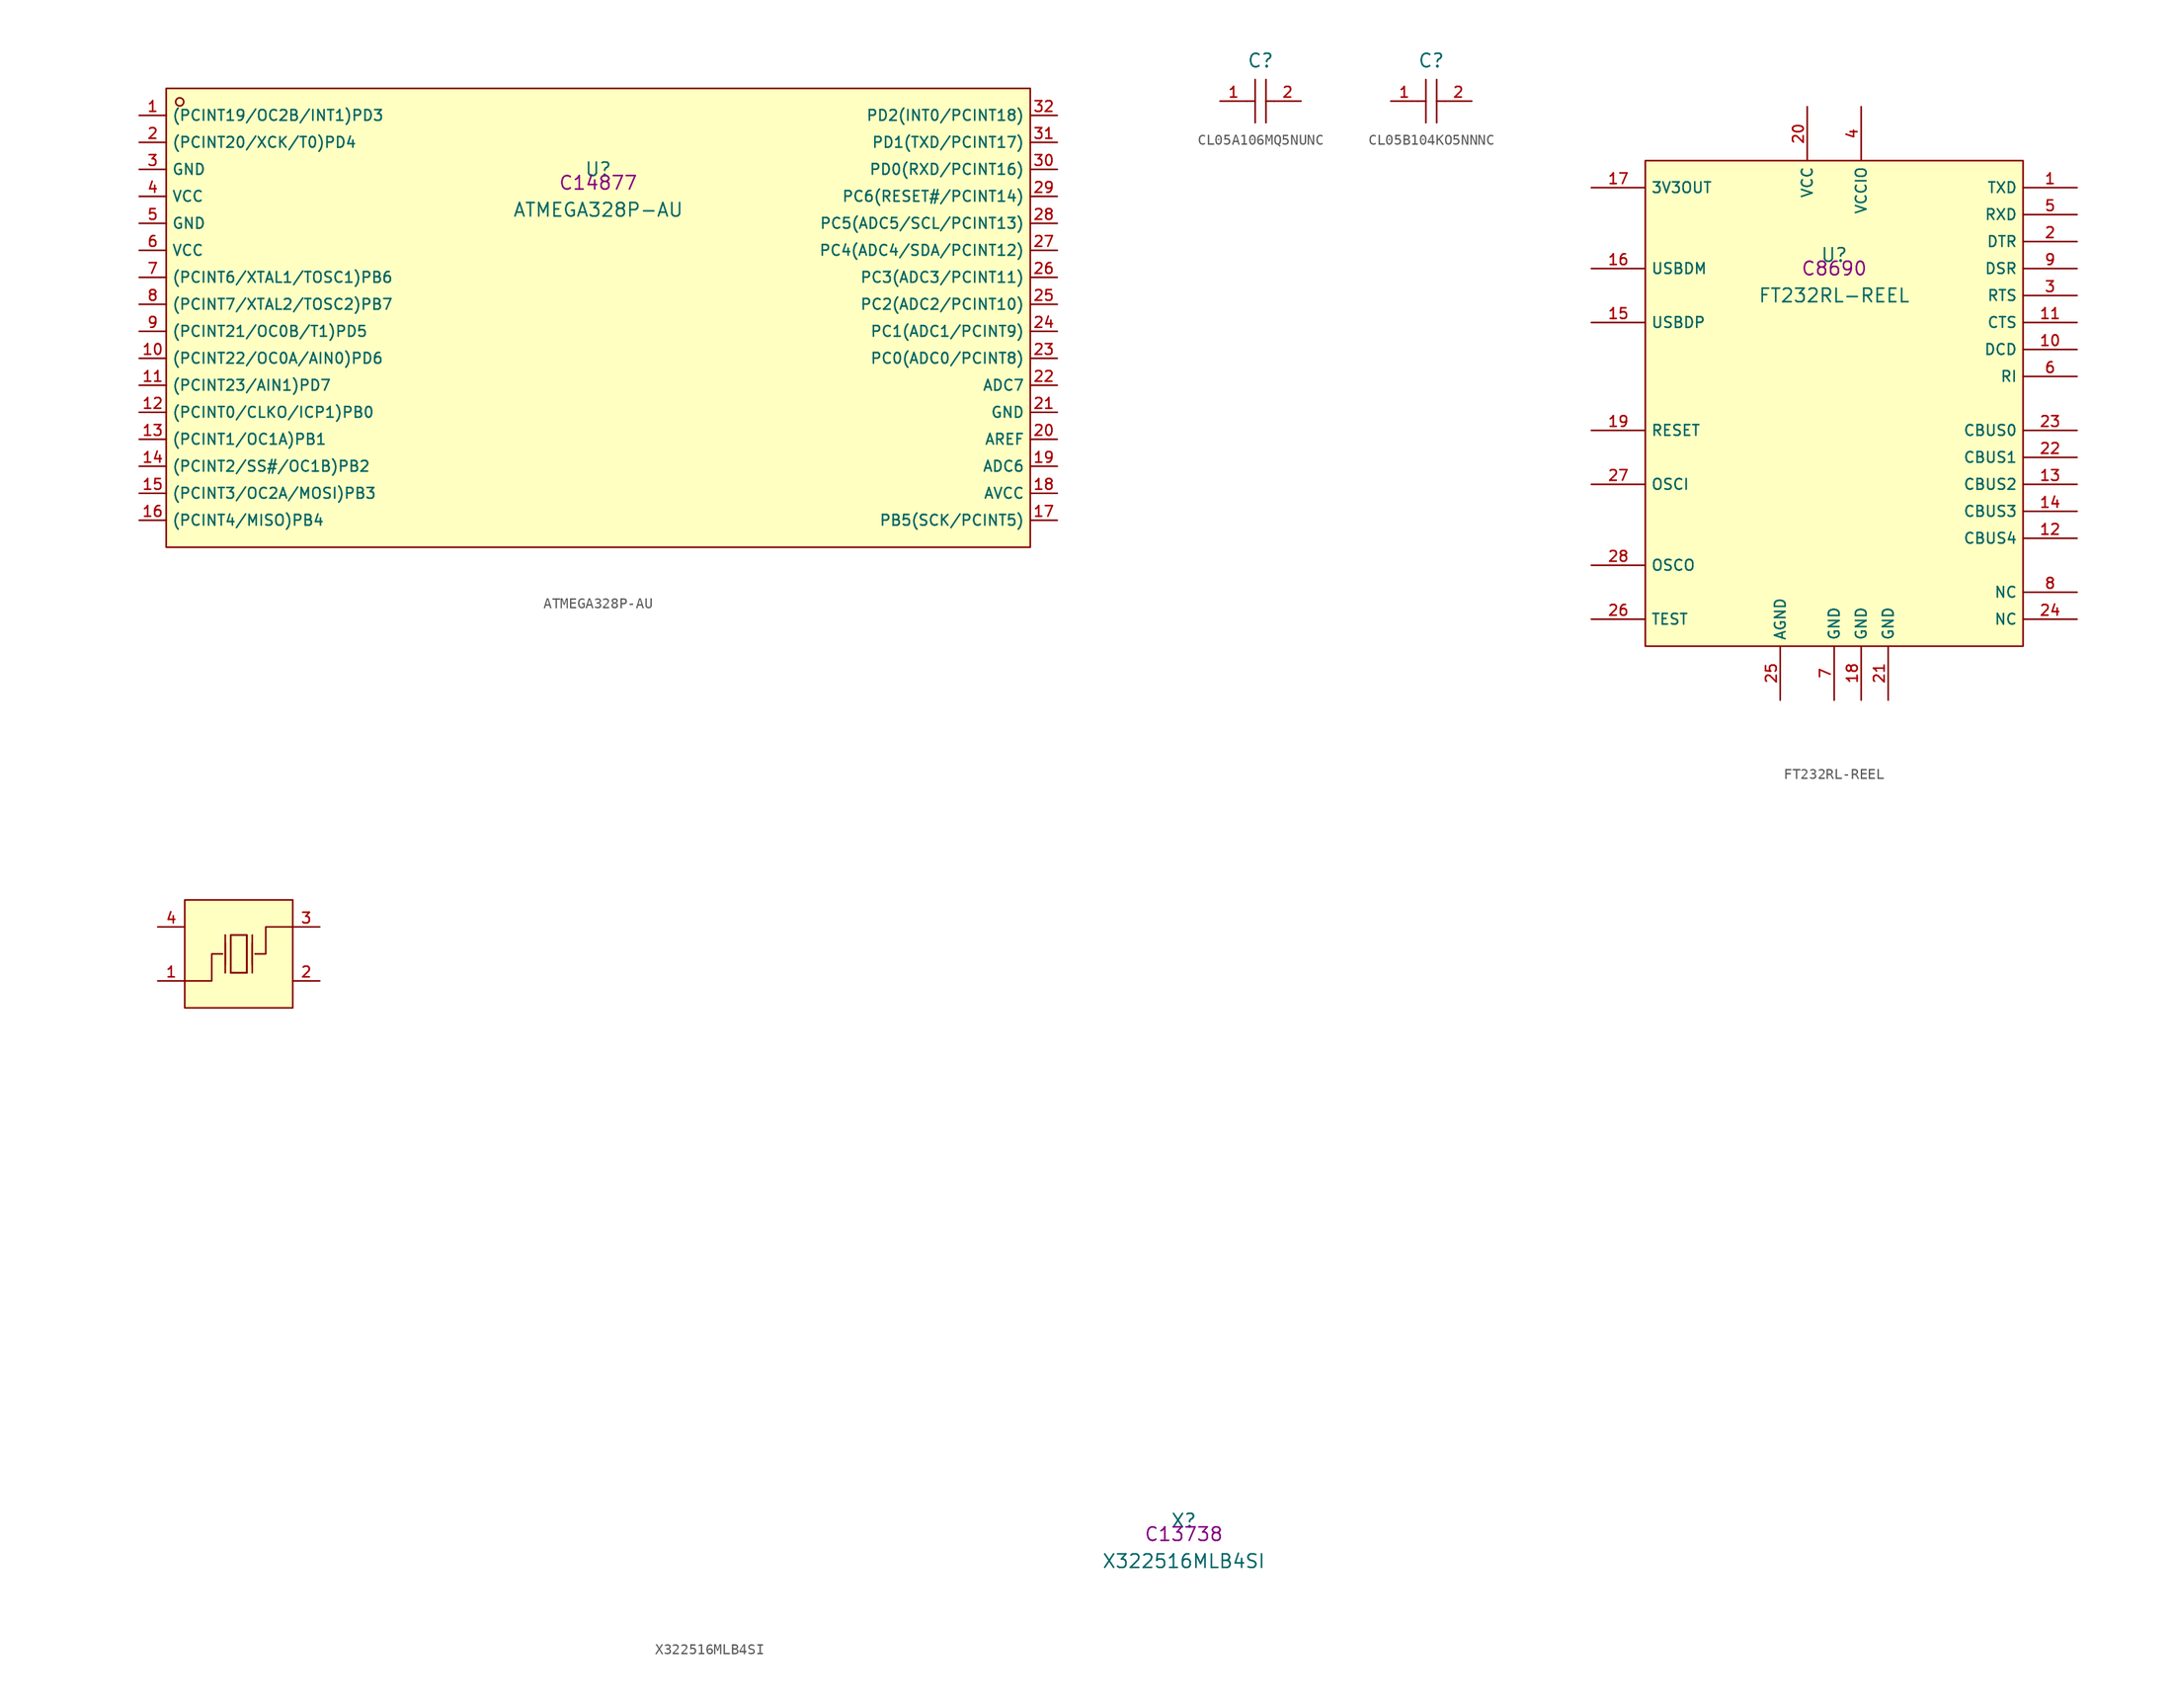
<source format=kicad_sym>
(kicad_symbol_lib
  (version 20211014)
  (generator kicad_symbol_editor)
  (symbol "ATMEGA328P-AU"
    (property "Reference" "U"
      (at 0 1.27 0)
      (effects (font (size 1.27 1.27))))
    (property "Value" "ATMEGA328P-AU"
      (at 0 -2.54 0)
      (effects (font (size 1.27 1.27))))
    (property "LCSC" "C14877"
      (at 0 0 0)
      (effects (font (size 1.27 1.27))))
    (symbol "ATMEGA328P-AU_0_0"
      (rectangle (start -40.64 8.89) (end 40.64 -34.29) (stroke (width 0) (type default) (color 0 0 0 0)) (fill (type background)))
      (circle (center -39.37 7.62) (radius 0.381) (stroke (width 0) (type default) (color 0 0 0 0)) (fill (type background)))
      (pin unspecified line (at -43.18 6.35 0) (length 2.54) (name "(PCINT19/OC2B/INT1)PD3" (effects (font (size 1 1)))) (number "1" (effects (font (size 1 1)))))
      (pin unspecified line (at -43.18 -16.51 0) (length 2.54) (name "(PCINT22/OC0A/AIN0)PD6" (effects (font (size 1 1)))) (number "10" (effects (font (size 1 1)))))
      (pin unspecified line (at -43.18 -19.05 0) (length 2.54) (name "(PCINT23/AIN1)PD7" (effects (font (size 1 1)))) (number "11" (effects (font (size 1 1)))))
      (pin unspecified line (at -43.18 -21.59 0) (length 2.54) (name "(PCINT0/CLKO/ICP1)PB0" (effects (font (size 1 1)))) (number "12" (effects (font (size 1 1)))))
      (pin unspecified line (at -43.18 -24.13 0) (length 2.54) (name "(PCINT1/OC1A)PB1" (effects (font (size 1 1)))) (number "13" (effects (font (size 1 1)))))
      (pin unspecified line (at -43.18 -26.67 0) (length 2.54) (name "(PCINT2/SS#/OC1B)PB2" (effects (font (size 1 1)))) (number "14" (effects (font (size 1 1)))))
      (pin unspecified line (at -43.18 -29.21 0) (length 2.54) (name "(PCINT3/OC2A/MOSI)PB3" (effects (font (size 1 1)))) (number "15" (effects (font (size 1 1)))))
      (pin unspecified line (at -43.18 -31.75 0) (length 2.54) (name "(PCINT4/MISO)PB4" (effects (font (size 1 1)))) (number "16" (effects (font (size 1 1)))))
      (pin unspecified line (at 43.18 -31.75 180) (length 2.54) (name "PB5(SCK/PCINT5)" (effects (font (size 1 1)))) (number "17" (effects (font (size 1 1)))))
      (pin unspecified line (at 43.18 -29.21 180) (length 2.54) (name "AVCC" (effects (font (size 1 1)))) (number "18" (effects (font (size 1 1)))))
      (pin unspecified line (at 43.18 -26.67 180) (length 2.54) (name "ADC6" (effects (font (size 1 1)))) (number "19" (effects (font (size 1 1)))))
      (pin unspecified line (at -43.18 3.81 0) (length 2.54) (name "(PCINT20/XCK/T0)PD4" (effects (font (size 1 1)))) (number "2" (effects (font (size 1 1)))))
      (pin unspecified line (at 43.18 -24.13 180) (length 2.54) (name "AREF" (effects (font (size 1 1)))) (number "20" (effects (font (size 1 1)))))
      (pin unspecified line (at 43.18 -21.59 180) (length 2.54) (name "GND" (effects (font (size 1 1)))) (number "21" (effects (font (size 1 1)))))
      (pin unspecified line (at 43.18 -19.05 180) (length 2.54) (name "ADC7" (effects (font (size 1 1)))) (number "22" (effects (font (size 1 1)))))
      (pin unspecified line (at 43.18 -16.51 180) (length 2.54) (name "PC0(ADC0/PCINT8)" (effects (font (size 1 1)))) (number "23" (effects (font (size 1 1)))))
      (pin unspecified line (at 43.18 -13.97 180) (length 2.54) (name "PC1(ADC1/PCINT9)" (effects (font (size 1 1)))) (number "24" (effects (font (size 1 1)))))
      (pin unspecified line (at 43.18 -11.43 180) (length 2.54) (name "PC2(ADC2/PCINT10)" (effects (font (size 1 1)))) (number "25" (effects (font (size 1 1)))))
      (pin unspecified line (at 43.18 -8.89 180) (length 2.54) (name "PC3(ADC3/PCINT11)" (effects (font (size 1 1)))) (number "26" (effects (font (size 1 1)))))
      (pin unspecified line (at 43.18 -6.35 180) (length 2.54) (name "PC4(ADC4/SDA/PCINT12)" (effects (font (size 1 1)))) (number "27" (effects (font (size 1 1)))))
      (pin unspecified line (at 43.18 -3.81 180) (length 2.54) (name "PC5(ADC5/SCL/PCINT13)" (effects (font (size 1 1)))) (number "28" (effects (font (size 1 1)))))
      (pin unspecified line (at 43.18 -1.27 180) (length 2.54) (name "PC6(RESET#/PCINT14)" (effects (font (size 1 1)))) (number "29" (effects (font (size 1 1)))))
      (pin unspecified line (at -43.18 1.27 0) (length 2.54) (name "GND" (effects (font (size 1 1)))) (number "3" (effects (font (size 1 1)))))
      (pin unspecified line (at 43.18 1.27 180) (length 2.54) (name "PD0(RXD/PCINT16)" (effects (font (size 1 1)))) (number "30" (effects (font (size 1 1)))))
      (pin unspecified line (at 43.18 3.81 180) (length 2.54) (name "PD1(TXD/PCINT17)" (effects (font (size 1 1)))) (number "31" (effects (font (size 1 1)))))
      (pin unspecified line (at 43.18 6.35 180) (length 2.54) (name "PD2(INT0/PCINT18)" (effects (font (size 1 1)))) (number "32" (effects (font (size 1 1)))))
      (pin unspecified line (at -43.18 -1.27 0) (length 2.54) (name "VCC" (effects (font (size 1 1)))) (number "4" (effects (font (size 1 1)))))
      (pin unspecified line (at -43.18 -3.81 0) (length 2.54) (name "GND" (effects (font (size 1 1)))) (number "5" (effects (font (size 1 1)))))
      (pin unspecified line (at -43.18 -6.35 0) (length 2.54) (name "VCC" (effects (font (size 1 1)))) (number "6" (effects (font (size 1 1)))))
      (pin unspecified line (at -43.18 -8.89 0) (length 2.54) (name "(PCINT6/XTAL1/TOSC1)PB6" (effects (font (size 1 1)))) (number "7" (effects (font (size 1 1)))))
      (pin unspecified line (at -43.18 -11.43 0) (length 2.54) (name "(PCINT7/XTAL2/TOSC2)PB7" (effects (font (size 1 1)))) (number "8" (effects (font (size 1 1)))))
      (pin unspecified line (at -43.18 -13.97 0) (length 2.54) (name "(PCINT21/OC0B/T1)PD5" (effects (font (size 1 1)))) (number "9" (effects (font (size 1 1)))))))
  (symbol "CL05A106MQ5NUNC"
    (pin_names hide)
    (property "Reference" "C"
      (at 0 3.81 0)
      (effects (font (size 1.27 1.27))))
    (symbol "CL05A106MQ5NUNC_0_0"
      (polyline (pts (xy -1.27 0) (xy -0.508 0)) (stroke (width 0) (type default) (color 0 0 0 0)) (fill (type none)))
      (polyline (pts (xy -0.508 2.032) (xy -0.508 -2.032)) (stroke (width 0) (type default) (color 0 0 0 0)) (fill (type none)))
      (polyline (pts (xy 0.508 0) (xy 1.27 0)) (stroke (width 0) (type default) (color 0 0 0 0)) (fill (type none)))
      (polyline (pts (xy 0.508 2.032) (xy 0.508 -2.032)) (stroke (width 0) (type default) (color 0 0 0 0)) (fill (type none)))
      (pin input line (at -3.81 0 0) (length 2.54) (name "1" (effects (font (size 1 1)))) (number "1" (effects (font (size 1 1)))))
      (pin input line (at 3.81 0 180) (length 2.54) (name "2" (effects (font (size 1 1)))) (number "2" (effects (font (size 1 1)))))))
  (symbol "CL05B104KO5NNNC"
    (pin_names hide)
    (property "Reference" "C"
      (at 0 3.81 0)
      (effects (font (size 1.27 1.27))))
    (symbol "CL05B104KO5NNNC_0_0"
      (polyline (pts (xy -1.27 0) (xy -0.508 0)) (stroke (width 0) (type default) (color 0 0 0 0)) (fill (type none)))
      (polyline (pts (xy -0.508 2.032) (xy -0.508 -2.032)) (stroke (width 0) (type default) (color 0 0 0 0)) (fill (type none)))
      (polyline (pts (xy 0.508 0) (xy 1.27 0)) (stroke (width 0) (type default) (color 0 0 0 0)) (fill (type none)))
      (polyline (pts (xy 0.508 2.032) (xy 0.508 -2.032)) (stroke (width 0) (type default) (color 0 0 0 0)) (fill (type none)))
      (pin input line (at -3.81 0 0) (length 2.54) (name "1" (effects (font (size 1 1)))) (number "1" (effects (font (size 1 1)))))
      (pin input line (at 3.81 0 180) (length 2.54) (name "2" (effects (font (size 1 1)))) (number "2" (effects (font (size 1 1)))))))
  (symbol "FT232RL-REEL"
    (property "Reference" "U"
      (at 0 1.27 0)
      (effects (font (size 1.27 1.27))))
    (property "Value" "FT232RL-REEL"
      (at 0 -2.54 0)
      (effects (font (size 1.27 1.27))))
    (property "LCSC" "C8690"
      (at 0 0 0)
      (effects (font (size 1.27 1.27))))
    (symbol "FT232RL-REEL_0_0"
      (rectangle (start -17.78 10.16) (end 17.78 -35.56) (stroke (width 0) (type default) (color 0 0 0 0)) (fill (type background)))
      (pin output line (at 22.86 7.62 180) (length 5.08) (name "TXD" (effects (font (size 1 1)))) (number "1" (effects (font (size 1 1)))))
      (pin unspecified line (at 22.86 -7.62 180) (length 5.08) (name "DCD" (effects (font (size 1 1)))) (number "10" (effects (font (size 1 1)))))
      (pin unspecified line (at 22.86 -5.08 180) (length 5.08) (name "CTS" (effects (font (size 1 1)))) (number "11" (effects (font (size 1 1)))))
      (pin bidirectional line (at 22.86 -25.4 180) (length 5.08) (name "CBUS4" (effects (font (size 1 1)))) (number "12" (effects (font (size 1 1)))))
      (pin bidirectional line (at 22.86 -20.32 180) (length 5.08) (name "CBUS2" (effects (font (size 1 1)))) (number "13" (effects (font (size 1 1)))))
      (pin bidirectional line (at 22.86 -22.86 180) (length 5.08) (name "CBUS3" (effects (font (size 1 1)))) (number "14" (effects (font (size 1 1)))))
      (pin bidirectional line (at -22.86 -5.08 0) (length 5.08) (name "USBDP" (effects (font (size 1 1)))) (number "15" (effects (font (size 1 1)))))
      (pin bidirectional line (at -22.86 0 0) (length 5.08) (name "USBDM" (effects (font (size 1 1)))) (number "16" (effects (font (size 1 1)))))
      (pin output line (at -22.86 7.62 0) (length 5.08) (name "3V3OUT" (effects (font (size 1 1)))) (number "17" (effects (font (size 1 1)))))
      (pin power_in line (at 2.54 -40.64 90) (length 5.08) (name "GND" (effects (font (size 1 1)))) (number "18" (effects (font (size 1 1)))))
      (pin unspecified line (at -22.86 -15.24 0) (length 5.08) (name "RESET" (effects (font (size 1 1)))) (number "19" (effects (font (size 1 1)))))
      (pin output line (at 22.86 2.54 180) (length 5.08) (name "DTR" (effects (font (size 1 1)))) (number "2" (effects (font (size 1 1)))))
      (pin power_in line (at -2.54 15.24 270) (length 5.08) (name "VCC" (effects (font (size 1 1)))) (number "20" (effects (font (size 1 1)))))
      (pin power_in line (at 5.08 -40.64 90) (length 5.08) (name "GND" (effects (font (size 1 1)))) (number "21" (effects (font (size 1 1)))))
      (pin bidirectional line (at 22.86 -17.78 180) (length 5.08) (name "CBUS1" (effects (font (size 1 1)))) (number "22" (effects (font (size 1 1)))))
      (pin bidirectional line (at 22.86 -15.24 180) (length 5.08) (name "CBUS0" (effects (font (size 1 1)))) (number "23" (effects (font (size 1 1)))))
      (pin unspecified line (at 22.86 -33.02 180) (length 5.08) (name "NC" (effects (font (size 1 1)))) (number "24" (effects (font (size 1 1)))))
      (pin power_in line (at -5.08 -40.64 90) (length 5.08) (name "AGND" (effects (font (size 1 1)))) (number "25" (effects (font (size 1 1)))))
      (pin unspecified line (at -22.86 -33.02 0) (length 5.08) (name "TEST" (effects (font (size 1 1)))) (number "26" (effects (font (size 1 1)))))
      (pin unspecified line (at -22.86 -20.32 0) (length 5.08) (name "OSCI" (effects (font (size 1 1)))) (number "27" (effects (font (size 1 1)))))
      (pin output line (at -22.86 -27.94 0) (length 5.08) (name "OSCO" (effects (font (size 1 1)))) (number "28" (effects (font (size 1 1)))))
      (pin output line (at 22.86 -2.54 180) (length 5.08) (name "RTS" (effects (font (size 1 1)))) (number "3" (effects (font (size 1 1)))))
      (pin power_in line (at 2.54 15.24 270) (length 5.08) (name "VCCIO" (effects (font (size 1 1)))) (number "4" (effects (font (size 1 1)))))
      (pin unspecified line (at 22.86 5.08 180) (length 5.08) (name "RXD" (effects (font (size 1 1)))) (number "5" (effects (font (size 1 1)))))
      (pin unspecified line (at 22.86 -10.16 180) (length 5.08) (name "RI" (effects (font (size 1 1)))) (number "6" (effects (font (size 1 1)))))
      (pin power_in line (at 0 -40.64 90) (length 5.08) (name "GND" (effects (font (size 1 1)))) (number "7" (effects (font (size 1 1)))))
      (pin unspecified line (at 22.86 -30.48 180) (length 5.08) (name "NC" (effects (font (size 1 1)))) (number "8" (effects (font (size 1 1)))))
      (pin unspecified line (at 22.86 0 180) (length 5.08) (name "DSR" (effects (font (size 1 1)))) (number "9" (effects (font (size 1 1)))))))
  (symbol "X322516MLB4SI"
    (pin_names hide)
    (property "Reference" "X"
      (at 0 1.27 0)
      (effects (font (size 1.27 1.27))))
    (property "Value" "X322516MLB4SI"
      (at 0 -2.54 0)
      (effects (font (size 1.27 1.27))))
    (property "LCSC" "C13738"
      (at 0 0 0)
      (effects (font (size 1.27 1.27))))
    (symbol "X322516MLB4SI_0_0"
      (rectangle (start -93.98 59.69) (end -83.82 49.53) (stroke (width 0) (type default) (color 0 0 0 0)) (fill (type background)))
      (polyline (pts (xy -90.17 52.832) (xy -90.17 56.388)) (stroke (width 0) (type default) (color 0 0 0 0)) (fill (type none)))
      (polyline (pts (xy -90.17 53.594) (xy -90.17 55.626)) (stroke (width 0) (type default) (color 0 0 0 0)) (fill (type none)))
      (polyline (pts (xy -88.138 52.832) (xy -89.662 52.832)) (stroke (width 0) (type default) (color 0 0 0 0)) (fill (type none)))
      (polyline (pts (xy -87.63 52.832) (xy -87.63 56.388)) (stroke (width 0) (type default) (color 0 0 0 0)) (fill (type none)))
      (polyline (pts (xy -87.63 53.594) (xy -87.63 55.626)) (stroke (width 0) (type default) (color 0 0 0 0)) (fill (type none)))
      (polyline (pts (xy -93.98 52.07) (xy -91.44 52.07) (xy -91.44 54.61) (xy -90.424 54.61)) (stroke (width 0) (type default) (color 0 0 0 0)) (fill (type none)))
      (polyline (pts (xy -89.662 52.832) (xy -89.662 56.388) (xy -88.138 56.388) (xy -88.138 52.832)) (stroke (width 0) (type default) (color 0 0 0 0)) (fill (type none)))
      (polyline (pts (xy -83.82 57.15) (xy -86.36 57.15) (xy -86.36 54.61) (xy -87.376 54.61)) (stroke (width 0) (type default) (color 0 0 0 0)) (fill (type none)))
      (polyline (pts (xy -88.138 56.388) (xy -88.138 52.832) (xy -89.662 52.832) (xy -89.662 56.388) (xy -88.138 56.388)) (stroke (width 0) (type default) (color 0 0 0 0)) (fill (type none)))
      (pin unspecified line (at -96.52 52.07 0) (length 2.54) (name "OSC1" (effects (font (size 1 1)))) (number "1" (effects (font (size 1 1)))))
      (pin unspecified line (at -81.28 52.07 180) (length 2.54) (name "GND" (effects (font (size 1 1)))) (number "2" (effects (font (size 1 1)))))
      (pin unspecified line (at -81.28 57.15 180) (length 2.54) (name "OSC2" (effects (font (size 1 1)))) (number "3" (effects (font (size 1 1)))))
      (pin unspecified line (at -96.52 57.15 0) (length 2.54) (name "GND" (effects (font (size 1 1)))) (number "4" (effects (font (size 1 1))))))))
</source>
